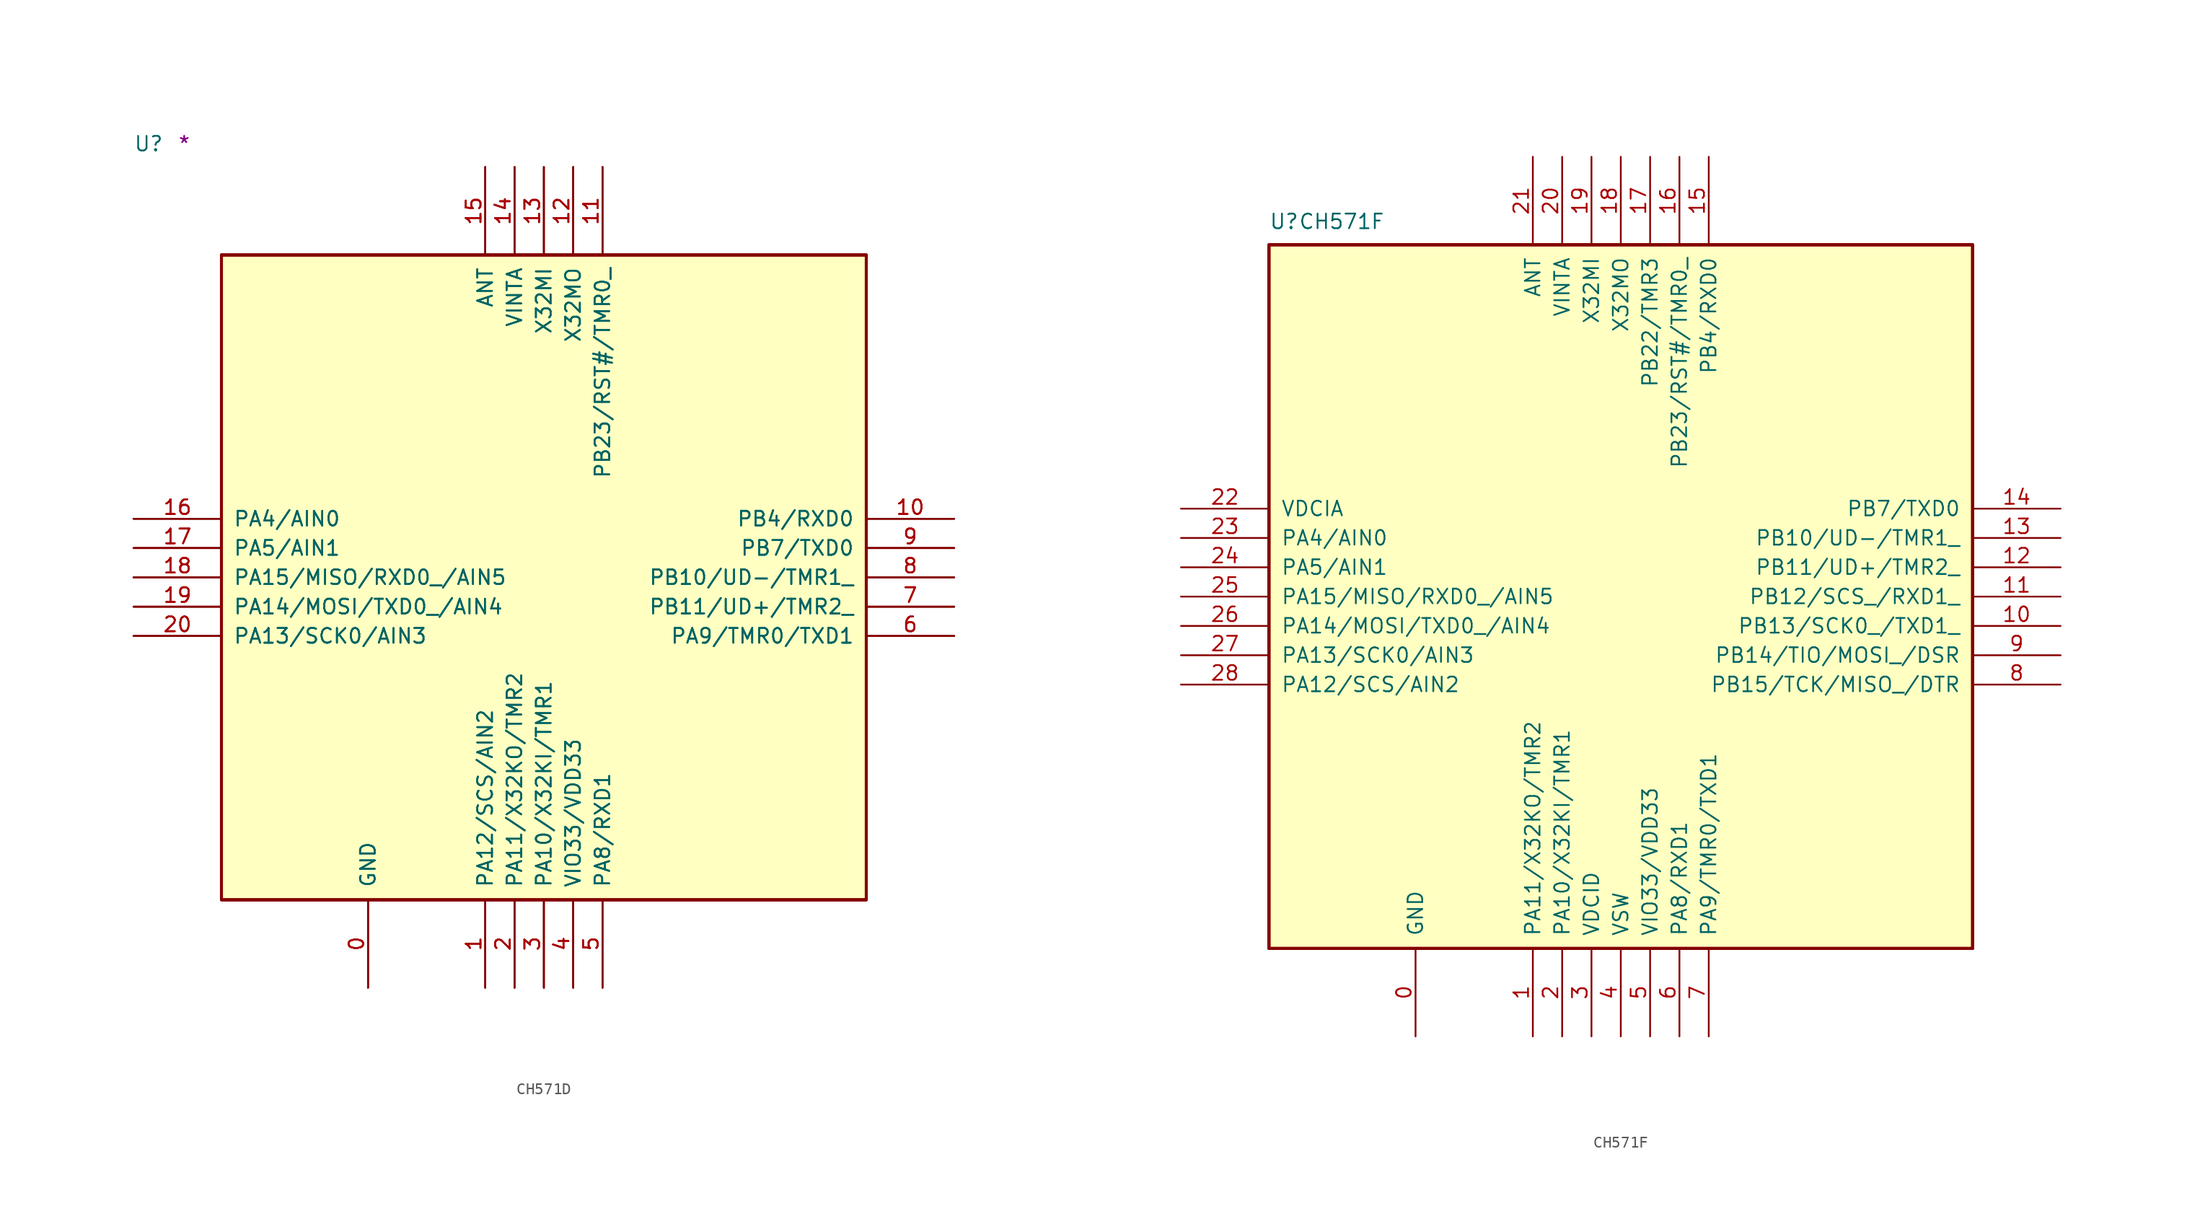
<source format=kicad_sym>
(kicad_symbol_lib
  (version 20211014)
  (generator kicad_symbol_editor)
  (symbol "CH571D"
    (pin_names
      (offset 1.016))
    (property "Reference" "U"
      (at -7.62 8.89 0)
      (effects (font (size 1.27 1.27)) (justify left bottom)))
    (property "Comment" "*"
      (at -3.81 8.89 0)
      (effects (font (size 1.27 1.27)) (justify left bottom)))
    (symbol "CH571D_1_1"
      (rectangle (start 0 -55.88) (end 55.88 0) (stroke (width 0.254) (type default) (color 0 0 0 0)) (fill (type background)))
      (rectangle (start 0 -55.88) (end 55.88 0) (stroke (width 0.254) (type default) (color 0 0 0 0)) (fill (type background)))
      (rectangle (start 0 -55.88) (end 55.88 0) (stroke (width 0.254) (type default) (color 0 0 0 0)) (fill (type background)))
      (pin power_in line (at 12.7 -63.5 90) (length 7.62) (name "GND" (effects (font (size 1.27 1.27)))) (number "0" (effects (font (size 1.27 1.27)))))
      (pin power_in line (at 12.7 -63.5 90) (length 7.62) (name "GND" (effects (font (size 1.27 1.27)))) (number "0" (effects (font (size 1.27 1.27)))))
      (pin power_in line (at 12.7 -63.5 90) (length 7.62) (name "GND" (effects (font (size 1.27 1.27)))) (number "0" (effects (font (size 1.27 1.27)))))
      (pin bidirectional line (at 22.86 -63.5 90) (length 7.62) (name "PA12/SCS/AIN2" (effects (font (size 1.27 1.27)))) (number "1" (effects (font (size 1.27 1.27)))))
      (pin bidirectional line (at 22.86 -63.5 90) (length 7.62) (name "PA12/SCS/AIN2" (effects (font (size 1.27 1.27)))) (number "1" (effects (font (size 1.27 1.27)))))
      (pin bidirectional line (at 22.86 -63.5 90) (length 7.62) (name "PA12/SCS/AIN2" (effects (font (size 1.27 1.27)))) (number "1" (effects (font (size 1.27 1.27)))))
      (pin bidirectional line (at 63.5 -22.86 180) (length 7.62) (name "PB4/RXD0" (effects (font (size 1.27 1.27)))) (number "10" (effects (font (size 1.27 1.27)))))
      (pin bidirectional line (at 63.5 -22.86 180) (length 7.62) (name "PB4/RXD0" (effects (font (size 1.27 1.27)))) (number "10" (effects (font (size 1.27 1.27)))))
      (pin bidirectional line (at 63.5 -22.86 180) (length 7.62) (name "PB4/RXD0" (effects (font (size 1.27 1.27)))) (number "10" (effects (font (size 1.27 1.27)))))
      (pin bidirectional line (at 33.02 7.62 270) (length 7.62) (name "PB23/RST#/TMR0_" (effects (font (size 1.27 1.27)))) (number "11" (effects (font (size 1.27 1.27)))))
      (pin bidirectional line (at 33.02 7.62 270) (length 7.62) (name "PB23/RST#/TMR0_" (effects (font (size 1.27 1.27)))) (number "11" (effects (font (size 1.27 1.27)))))
      (pin bidirectional line (at 33.02 7.62 270) (length 7.62) (name "PB23/RST#/TMR0_" (effects (font (size 1.27 1.27)))) (number "11" (effects (font (size 1.27 1.27)))))
      (pin output line (at 30.48 7.62 270) (length 7.62) (name "X32MO" (effects (font (size 1.27 1.27)))) (number "12" (effects (font (size 1.27 1.27)))))
      (pin output line (at 30.48 7.62 270) (length 7.62) (name "X32MO" (effects (font (size 1.27 1.27)))) (number "12" (effects (font (size 1.27 1.27)))))
      (pin output line (at 30.48 7.62 270) (length 7.62) (name "X32MO" (effects (font (size 1.27 1.27)))) (number "12" (effects (font (size 1.27 1.27)))))
      (pin input line (at 27.94 7.62 270) (length 7.62) (name "X32MI" (effects (font (size 1.27 1.27)))) (number "13" (effects (font (size 1.27 1.27)))))
      (pin input line (at 27.94 7.62 270) (length 7.62) (name "X32MI" (effects (font (size 1.27 1.27)))) (number "13" (effects (font (size 1.27 1.27)))))
      (pin input line (at 27.94 7.62 270) (length 7.62) (name "X32MI" (effects (font (size 1.27 1.27)))) (number "13" (effects (font (size 1.27 1.27)))))
      (pin power_in line (at 25.4 7.62 270) (length 7.62) (name "VINTA" (effects (font (size 1.27 1.27)))) (number "14" (effects (font (size 1.27 1.27)))))
      (pin power_in line (at 25.4 7.62 270) (length 7.62) (name "VINTA" (effects (font (size 1.27 1.27)))) (number "14" (effects (font (size 1.27 1.27)))))
      (pin power_in line (at 25.4 7.62 270) (length 7.62) (name "VINTA" (effects (font (size 1.27 1.27)))) (number "14" (effects (font (size 1.27 1.27)))))
      (pin bidirectional line (at 22.86 7.62 270) (length 7.62) (name "ANT" (effects (font (size 1.27 1.27)))) (number "15" (effects (font (size 1.27 1.27)))))
      (pin bidirectional line (at 22.86 7.62 270) (length 7.62) (name "ANT" (effects (font (size 1.27 1.27)))) (number "15" (effects (font (size 1.27 1.27)))))
      (pin bidirectional line (at 22.86 7.62 270) (length 7.62) (name "ANT" (effects (font (size 1.27 1.27)))) (number "15" (effects (font (size 1.27 1.27)))))
      (pin bidirectional line (at -7.62 -22.86 0) (length 7.62) (name "PA4/AIN0" (effects (font (size 1.27 1.27)))) (number "16" (effects (font (size 1.27 1.27)))))
      (pin bidirectional line (at -7.62 -22.86 0) (length 7.62) (name "PA4/AIN0" (effects (font (size 1.27 1.27)))) (number "16" (effects (font (size 1.27 1.27)))))
      (pin bidirectional line (at -7.62 -22.86 0) (length 7.62) (name "PA4/AIN0" (effects (font (size 1.27 1.27)))) (number "16" (effects (font (size 1.27 1.27)))))
      (pin bidirectional line (at -7.62 -25.4 0) (length 7.62) (name "PA5/AIN1" (effects (font (size 1.27 1.27)))) (number "17" (effects (font (size 1.27 1.27)))))
      (pin bidirectional line (at -7.62 -25.4 0) (length 7.62) (name "PA5/AIN1" (effects (font (size 1.27 1.27)))) (number "17" (effects (font (size 1.27 1.27)))))
      (pin bidirectional line (at -7.62 -25.4 0) (length 7.62) (name "PA5/AIN1" (effects (font (size 1.27 1.27)))) (number "17" (effects (font (size 1.27 1.27)))))
      (pin bidirectional line (at -7.62 -27.94 0) (length 7.62) (name "PA15/MISO/RXD0_/AIN5" (effects (font (size 1.27 1.27)))) (number "18" (effects (font (size 1.27 1.27)))))
      (pin bidirectional line (at -7.62 -27.94 0) (length 7.62) (name "PA15/MISO/RXD0_/AIN5" (effects (font (size 1.27 1.27)))) (number "18" (effects (font (size 1.27 1.27)))))
      (pin bidirectional line (at -7.62 -27.94 0) (length 7.62) (name "PA15/MISO/RXD0_/AIN5" (effects (font (size 1.27 1.27)))) (number "18" (effects (font (size 1.27 1.27)))))
      (pin bidirectional line (at -7.62 -30.48 0) (length 7.62) (name "PA14/MOSI/TXD0_/AIN4" (effects (font (size 1.27 1.27)))) (number "19" (effects (font (size 1.27 1.27)))))
      (pin bidirectional line (at -7.62 -30.48 0) (length 7.62) (name "PA14/MOSI/TXD0_/AIN4" (effects (font (size 1.27 1.27)))) (number "19" (effects (font (size 1.27 1.27)))))
      (pin bidirectional line (at -7.62 -30.48 0) (length 7.62) (name "PA14/MOSI/TXD0_/AIN4" (effects (font (size 1.27 1.27)))) (number "19" (effects (font (size 1.27 1.27)))))
      (pin bidirectional line (at 25.4 -63.5 90) (length 7.62) (name "PA11/X32KO/TMR2" (effects (font (size 1.27 1.27)))) (number "2" (effects (font (size 1.27 1.27)))))
      (pin bidirectional line (at 25.4 -63.5 90) (length 7.62) (name "PA11/X32KO/TMR2" (effects (font (size 1.27 1.27)))) (number "2" (effects (font (size 1.27 1.27)))))
      (pin bidirectional line (at 25.4 -63.5 90) (length 7.62) (name "PA11/X32KO/TMR2" (effects (font (size 1.27 1.27)))) (number "2" (effects (font (size 1.27 1.27)))))
      (pin bidirectional line (at -7.62 -33.02 0) (length 7.62) (name "PA13/SCK0/AIN3" (effects (font (size 1.27 1.27)))) (number "20" (effects (font (size 1.27 1.27)))))
      (pin bidirectional line (at -7.62 -33.02 0) (length 7.62) (name "PA13/SCK0/AIN3" (effects (font (size 1.27 1.27)))) (number "20" (effects (font (size 1.27 1.27)))))
      (pin bidirectional line (at -7.62 -33.02 0) (length 7.62) (name "PA13/SCK0/AIN3" (effects (font (size 1.27 1.27)))) (number "20" (effects (font (size 1.27 1.27)))))
      (pin bidirectional line (at 27.94 -63.5 90) (length 7.62) (name "PA10/X32KI/TMR1" (effects (font (size 1.27 1.27)))) (number "3" (effects (font (size 1.27 1.27)))))
      (pin bidirectional line (at 27.94 -63.5 90) (length 7.62) (name "PA10/X32KI/TMR1" (effects (font (size 1.27 1.27)))) (number "3" (effects (font (size 1.27 1.27)))))
      (pin bidirectional line (at 27.94 -63.5 90) (length 7.62) (name "PA10/X32KI/TMR1" (effects (font (size 1.27 1.27)))) (number "3" (effects (font (size 1.27 1.27)))))
      (pin power_in line (at 30.48 -63.5 90) (length 7.62) (name "VIO33/VDD33" (effects (font (size 1.27 1.27)))) (number "4" (effects (font (size 1.27 1.27)))))
      (pin power_in line (at 30.48 -63.5 90) (length 7.62) (name "VIO33/VDD33" (effects (font (size 1.27 1.27)))) (number "4" (effects (font (size 1.27 1.27)))))
      (pin power_in line (at 30.48 -63.5 90) (length 7.62) (name "VIO33/VDD33" (effects (font (size 1.27 1.27)))) (number "4" (effects (font (size 1.27 1.27)))))
      (pin bidirectional line (at 33.02 -63.5 90) (length 7.62) (name "PA8/RXD1" (effects (font (size 1.27 1.27)))) (number "5" (effects (font (size 1.27 1.27)))))
      (pin bidirectional line (at 33.02 -63.5 90) (length 7.62) (name "PA8/RXD1" (effects (font (size 1.27 1.27)))) (number "5" (effects (font (size 1.27 1.27)))))
      (pin bidirectional line (at 33.02 -63.5 90) (length 7.62) (name "PA8/RXD1" (effects (font (size 1.27 1.27)))) (number "5" (effects (font (size 1.27 1.27)))))
      (pin bidirectional line (at 63.5 -33.02 180) (length 7.62) (name "PA9/TMR0/TXD1" (effects (font (size 1.27 1.27)))) (number "6" (effects (font (size 1.27 1.27)))))
      (pin bidirectional line (at 63.5 -33.02 180) (length 7.62) (name "PA9/TMR0/TXD1" (effects (font (size 1.27 1.27)))) (number "6" (effects (font (size 1.27 1.27)))))
      (pin bidirectional line (at 63.5 -33.02 180) (length 7.62) (name "PA9/TMR0/TXD1" (effects (font (size 1.27 1.27)))) (number "6" (effects (font (size 1.27 1.27)))))
      (pin bidirectional line (at 63.5 -30.48 180) (length 7.62) (name "PB11/UD+/TMR2_" (effects (font (size 1.27 1.27)))) (number "7" (effects (font (size 1.27 1.27)))))
      (pin bidirectional line (at 63.5 -30.48 180) (length 7.62) (name "PB11/UD+/TMR2_" (effects (font (size 1.27 1.27)))) (number "7" (effects (font (size 1.27 1.27)))))
      (pin bidirectional line (at 63.5 -30.48 180) (length 7.62) (name "PB11/UD+/TMR2_" (effects (font (size 1.27 1.27)))) (number "7" (effects (font (size 1.27 1.27)))))
      (pin bidirectional line (at 63.5 -27.94 180) (length 7.62) (name "PB10/UD-/TMR1_" (effects (font (size 1.27 1.27)))) (number "8" (effects (font (size 1.27 1.27)))))
      (pin bidirectional line (at 63.5 -27.94 180) (length 7.62) (name "PB10/UD-/TMR1_" (effects (font (size 1.27 1.27)))) (number "8" (effects (font (size 1.27 1.27)))))
      (pin bidirectional line (at 63.5 -27.94 180) (length 7.62) (name "PB10/UD-/TMR1_" (effects (font (size 1.27 1.27)))) (number "8" (effects (font (size 1.27 1.27)))))
      (pin bidirectional line (at 63.5 -25.4 180) (length 7.62) (name "PB7/TXD0" (effects (font (size 1.27 1.27)))) (number "9" (effects (font (size 1.27 1.27)))))
      (pin bidirectional line (at 63.5 -25.4 180) (length 7.62) (name "PB7/TXD0" (effects (font (size 1.27 1.27)))) (number "9" (effects (font (size 1.27 1.27)))))
      (pin bidirectional line (at 63.5 -25.4 180) (length 7.62) (name "PB7/TXD0" (effects (font (size 1.27 1.27)))) (number "9" (effects (font (size 1.27 1.27)))))))
  (symbol "CH571F"
    (pin_names
      (offset 1.016))
    (property "Reference" "U"
      (at 0 1.27 0)
      (effects (font (size 1.27 1.27)) (justify left bottom)))
    (property "Value" "CH571F"
      (at 2.54 1.27 0)
      (effects (font (size 1.27 1.27)) (justify left bottom)))
    (property "Comment" ""
      (at -3.81 8.89 0)
      (effects (font (size 1.27 1.27)) (justify left bottom)))
    (symbol "CH571F_1_1"
      (rectangle (start 0 -60.96) (end 60.96 0) (stroke (width 0.254) (type default) (color 0 0 0 0)) (fill (type background)))
      (rectangle (start 0 -60.96) (end 60.96 0) (stroke (width 0.254) (type default) (color 0 0 0 0)) (fill (type background)))
      (rectangle (start 0 -60.96) (end 60.96 0) (stroke (width 0.254) (type default) (color 0 0 0 0)) (fill (type background)))
      (pin power_in line (at 12.7 -68.58 90) (length 7.62) (name "GND" (effects (font (size 1.27 1.27)))) (number "0" (effects (font (size 1.27 1.27)))))
      (pin bidirectional line (at 22.86 -68.58 90) (length 7.62) (name "PA11/X32KO/TMR2" (effects (font (size 1.27 1.27)))) (number "1" (effects (font (size 1.27 1.27)))))
      (pin bidirectional line (at 68.58 -33.02 180) (length 7.62) (name "PB13/SCK0_/TXD1_" (effects (font (size 1.27 1.27)))) (number "10" (effects (font (size 1.27 1.27)))))
      (pin bidirectional line (at 68.58 -30.48 180) (length 7.62) (name "PB12/SCS_/RXD1_" (effects (font (size 1.27 1.27)))) (number "11" (effects (font (size 1.27 1.27)))))
      (pin bidirectional line (at 68.58 -27.94 180) (length 7.62) (name "PB11/UD+/TMR2_" (effects (font (size 1.27 1.27)))) (number "12" (effects (font (size 1.27 1.27)))))
      (pin bidirectional line (at 68.58 -25.4 180) (length 7.62) (name "PB10/UD-/TMR1_" (effects (font (size 1.27 1.27)))) (number "13" (effects (font (size 1.27 1.27)))))
      (pin bidirectional line (at 68.58 -22.86 180) (length 7.62) (name "PB7/TXD0" (effects (font (size 1.27 1.27)))) (number "14" (effects (font (size 1.27 1.27)))))
      (pin bidirectional line (at 38.1 7.62 270) (length 7.62) (name "PB4/RXD0" (effects (font (size 1.27 1.27)))) (number "15" (effects (font (size 1.27 1.27)))))
      (pin bidirectional line (at 35.56 7.62 270) (length 7.62) (name "PB23/RST#/TMR0_" (effects (font (size 1.27 1.27)))) (number "16" (effects (font (size 1.27 1.27)))))
      (pin bidirectional line (at 33.02 7.62 270) (length 7.62) (name "PB22/TMR3" (effects (font (size 1.27 1.27)))) (number "17" (effects (font (size 1.27 1.27)))))
      (pin output line (at 30.48 7.62 270) (length 7.62) (name "X32MO" (effects (font (size 1.27 1.27)))) (number "18" (effects (font (size 1.27 1.27)))))
      (pin input line (at 27.94 7.62 270) (length 7.62) (name "X32MI" (effects (font (size 1.27 1.27)))) (number "19" (effects (font (size 1.27 1.27)))))
      (pin bidirectional line (at 25.4 -68.58 90) (length 7.62) (name "PA10/X32KI/TMR1" (effects (font (size 1.27 1.27)))) (number "2" (effects (font (size 1.27 1.27)))))
      (pin power_in line (at 25.4 7.62 270) (length 7.62) (name "VINTA" (effects (font (size 1.27 1.27)))) (number "20" (effects (font (size 1.27 1.27)))))
      (pin bidirectional line (at 22.86 7.62 270) (length 7.62) (name "ANT" (effects (font (size 1.27 1.27)))) (number "21" (effects (font (size 1.27 1.27)))))
      (pin power_in line (at -7.62 -22.86 0) (length 7.62) (name "VDCIA" (effects (font (size 1.27 1.27)))) (number "22" (effects (font (size 1.27 1.27)))))
      (pin bidirectional line (at -7.62 -25.4 0) (length 7.62) (name "PA4/AIN0" (effects (font (size 1.27 1.27)))) (number "23" (effects (font (size 1.27 1.27)))))
      (pin bidirectional line (at -7.62 -27.94 0) (length 7.62) (name "PA5/AIN1" (effects (font (size 1.27 1.27)))) (number "24" (effects (font (size 1.27 1.27)))))
      (pin bidirectional line (at -7.62 -30.48 0) (length 7.62) (name "PA15/MISO/RXD0_/AIN5" (effects (font (size 1.27 1.27)))) (number "25" (effects (font (size 1.27 1.27)))))
      (pin bidirectional line (at -7.62 -33.02 0) (length 7.62) (name "PA14/MOSI/TXD0_/AIN4" (effects (font (size 1.27 1.27)))) (number "26" (effects (font (size 1.27 1.27)))))
      (pin bidirectional line (at -7.62 -35.56 0) (length 7.62) (name "PA13/SCK0/AIN3" (effects (font (size 1.27 1.27)))) (number "27" (effects (font (size 1.27 1.27)))))
      (pin bidirectional line (at -7.62 -38.1 0) (length 7.62) (name "PA12/SCS/AIN2" (effects (font (size 1.27 1.27)))) (number "28" (effects (font (size 1.27 1.27)))))
      (pin power_in line (at 27.94 -68.58 90) (length 7.62) (name "VDCID" (effects (font (size 1.27 1.27)))) (number "3" (effects (font (size 1.27 1.27)))))
      (pin power_in line (at 30.48 -68.58 90) (length 7.62) (name "VSW" (effects (font (size 1.27 1.27)))) (number "4" (effects (font (size 1.27 1.27)))))
      (pin power_in line (at 33.02 -68.58 90) (length 7.62) (name "VIO33/VDD33" (effects (font (size 1.27 1.27)))) (number "5" (effects (font (size 1.27 1.27)))))
      (pin bidirectional line (at 35.56 -68.58 90) (length 7.62) (name "PA8/RXD1" (effects (font (size 1.27 1.27)))) (number "6" (effects (font (size 1.27 1.27)))))
      (pin bidirectional line (at 38.1 -68.58 90) (length 7.62) (name "PA9/TMR0/TXD1" (effects (font (size 1.27 1.27)))) (number "7" (effects (font (size 1.27 1.27)))))
      (pin bidirectional line (at 68.58 -38.1 180) (length 7.62) (name "PB15/TCK/MISO_/DTR" (effects (font (size 1.27 1.27)))) (number "8" (effects (font (size 1.27 1.27)))))
      (pin bidirectional line (at 68.58 -35.56 180) (length 7.62) (name "PB14/TIO/MOSI_/DSR" (effects (font (size 1.27 1.27)))) (number "9" (effects (font (size 1.27 1.27))))))))
</source>
